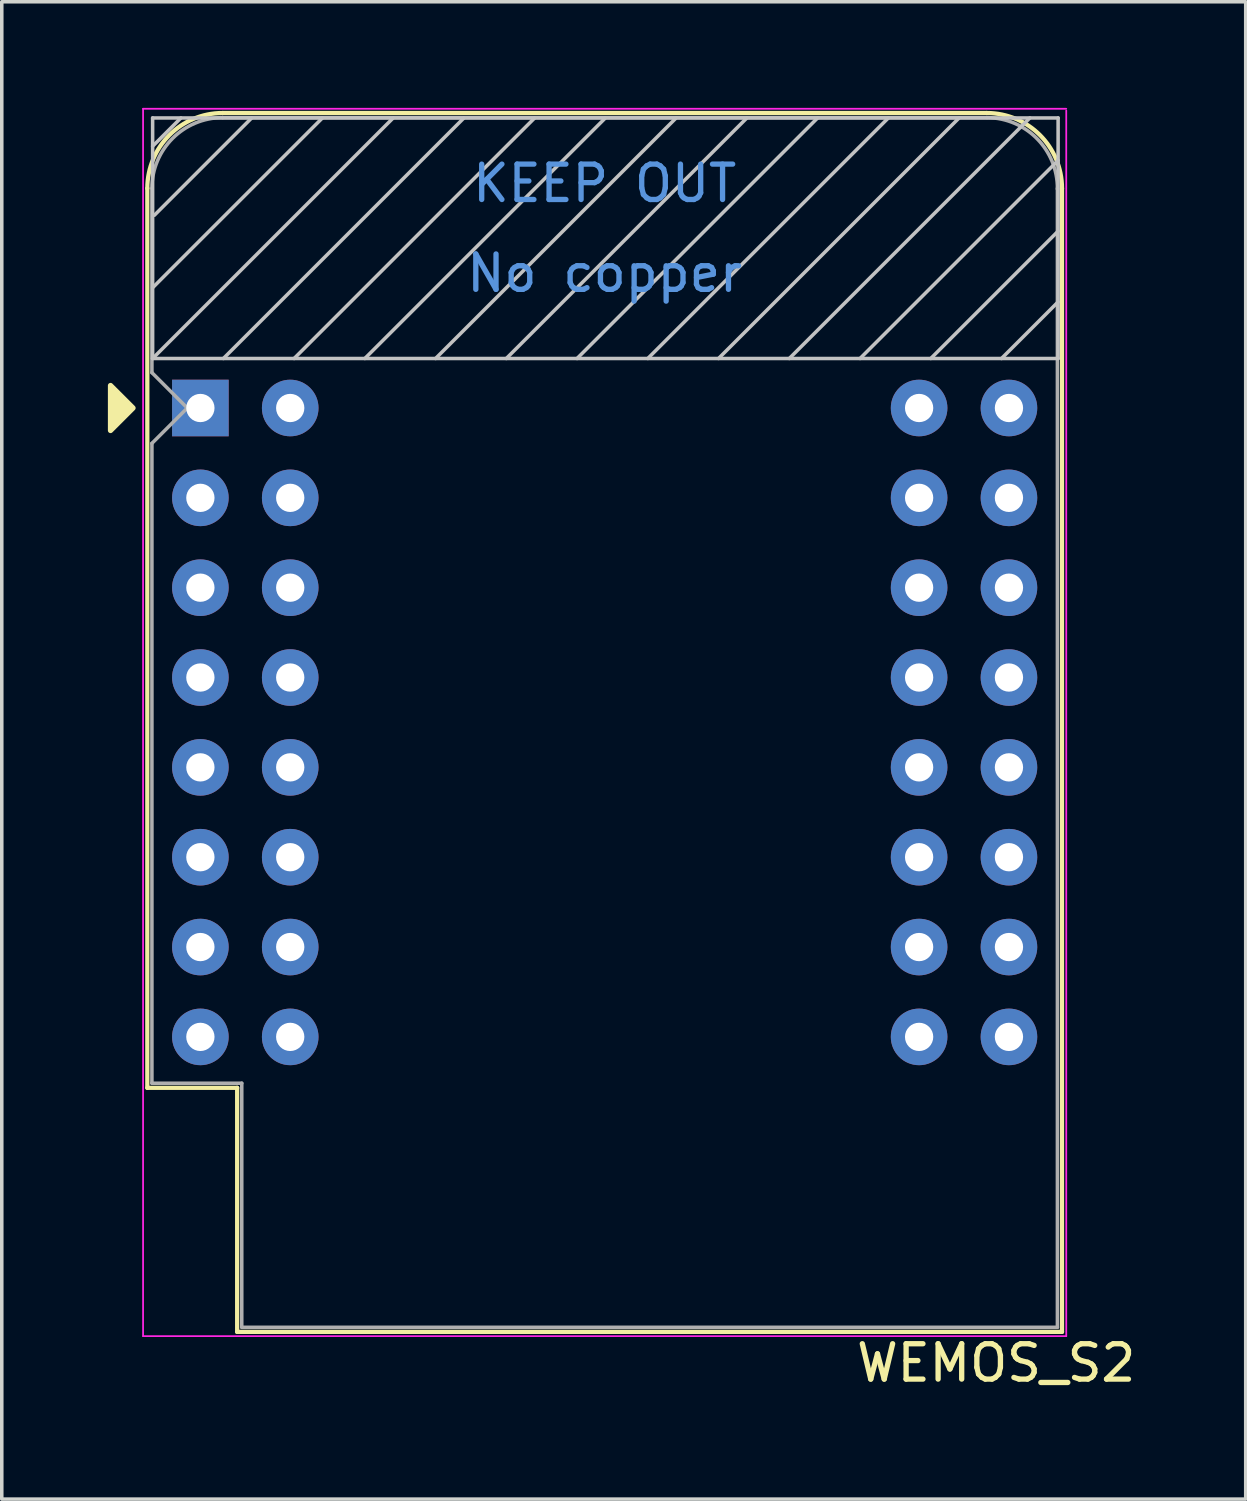
<source format=kicad_pcb>
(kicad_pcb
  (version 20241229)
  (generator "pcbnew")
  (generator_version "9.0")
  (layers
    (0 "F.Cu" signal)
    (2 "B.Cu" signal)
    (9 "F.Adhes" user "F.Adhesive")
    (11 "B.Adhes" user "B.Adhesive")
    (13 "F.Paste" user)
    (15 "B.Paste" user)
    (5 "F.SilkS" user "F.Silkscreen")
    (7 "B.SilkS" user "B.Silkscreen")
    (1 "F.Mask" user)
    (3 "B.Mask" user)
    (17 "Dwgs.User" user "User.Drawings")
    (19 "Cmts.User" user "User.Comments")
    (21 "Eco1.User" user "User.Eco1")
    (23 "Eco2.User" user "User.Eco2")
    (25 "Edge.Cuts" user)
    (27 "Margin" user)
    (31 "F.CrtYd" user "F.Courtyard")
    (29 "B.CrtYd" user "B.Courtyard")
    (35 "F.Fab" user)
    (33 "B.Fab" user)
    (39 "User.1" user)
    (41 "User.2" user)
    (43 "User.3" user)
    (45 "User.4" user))
  (footprint "WEMOS_S2"
    (layer "F.Cu")
    (at 2.615 8.485)
    (property "Reference" "WEMOS_S2" (at 22.5 27 0) (layer "F.SilkS") (effects (font (size 1 1) (thickness 0.15))))
    (attr through_hole)
    (fp_line (start -1.5 19.22) (end -1.5 -6.21) (stroke (width 0.12) (type solid)) (layer "F.SilkS"))
    (fp_line (start -1.5 19.22) (end 1.04 19.22) (stroke (width 0.12) (type solid)) (layer "F.SilkS"))
    (fp_line (start 1.04 19.22) (end 1.04 26.12) (stroke (width 0.12) (type solid)) (layer "F.SilkS"))
    (fp_line (start 1.04 26.12) (end 24.36 26.12) (stroke (width 0.12) (type solid)) (layer "F.SilkS"))
    (fp_line (start 22.24 -8.34) (end 0.63 -8.34) (stroke (width 0.12) (type solid)) (layer "F.SilkS"))
    (fp_line (start 24.36 26.12) (end 24.36 -6.21) (stroke (width 0.12) (type solid)) (layer "F.SilkS"))
    (fp_arc (start -1.5 -6.21) (mid -0.876137 -7.716137) (end 0.63 -8.34) (stroke (width 0.12) (type solid)) (layer "F.SilkS"))
    (fp_arc (start 22.23 -8.34) (mid 23.736137 -7.716137) (end 24.36 -6.21) (stroke (width 0.12) (type solid)) (layer "F.SilkS"))
    (fp_poly (pts (xy -2.54 -0.635) (xy -2.54 0.635) (xy -1.905 0)) (stroke (width 0.15) (type solid)) (fill yes) (layer "F.SilkS"))
    (fp_line (start -1.35 -8.2) (end -1.35 -1.4) (stroke (width 0.1) (type solid)) (layer "Dwgs.User"))
    (fp_line (start -1.35 -7.4) (end -0.55 -8.2) (stroke (width 0.1) (type solid)) (layer "Dwgs.User"))
    (fp_line (start -1.35 -3.4) (end 3.45 -8.2) (stroke (width 0.1) (type solid)) (layer "Dwgs.User"))
    (fp_line (start -1.35 -1.4) (end 5.45 -8.2) (stroke (width 0.1) (type solid)) (layer "Dwgs.User"))
    (fp_line (start -1.35 -1.4) (end 24.25 -1.4) (stroke (width 0.1) (type solid)) (layer "Dwgs.User"))
    (fp_line (start -1.3 -5.45) (end 1.45 -8.2) (stroke (width 0.1) (type solid)) (layer "Dwgs.User"))
    (fp_line (start 0.65 -1.4) (end 7.45 -8.2) (stroke (width 0.1) (type solid)) (layer "Dwgs.User"))
    (fp_line (start 2.65 -1.4) (end 9.45 -8.2) (stroke (width 0.1) (type solid)) (layer "Dwgs.User"))
    (fp_line (start 4.65 -1.4) (end 11.45 -8.2) (stroke (width 0.1) (type solid)) (layer "Dwgs.User"))
    (fp_line (start 6.65 -1.4) (end 13.45 -8.2) (stroke (width 0.1) (type solid)) (layer "Dwgs.User"))
    (fp_line (start 8.65 -1.4) (end 15.45 -8.2) (stroke (width 0.1) (type solid)) (layer "Dwgs.User"))
    (fp_line (start 10.65 -1.4) (end 17.45 -8.2) (stroke (width 0.1) (type solid)) (layer "Dwgs.User"))
    (fp_line (start 12.65 -1.4) (end 19.45 -8.2) (stroke (width 0.1) (type solid)) (layer "Dwgs.User"))
    (fp_line (start 14.65 -1.4) (end 21.45 -8.2) (stroke (width 0.1) (type solid)) (layer "Dwgs.User"))
    (fp_line (start 16.65 -1.4) (end 23.45 -8.2) (stroke (width 0.1) (type solid)) (layer "Dwgs.User"))
    (fp_line (start 18.65 -1.4) (end 24.25 -7) (stroke (width 0.1) (type solid)) (layer "Dwgs.User"))
    (fp_line (start 20.65 -1.4) (end 24.25 -5) (stroke (width 0.1) (type solid)) (layer "Dwgs.User"))
    (fp_line (start 22.65 -1.4) (end 24.25 -3) (stroke (width 0.1) (type solid)) (layer "Dwgs.User"))
    (fp_line (start 24.25 -8.2) (end -1.35 -8.2) (stroke (width 0.1) (type solid)) (layer "Dwgs.User"))
    (fp_line (start 24.25 -1.4) (end 24.25 -8.2) (stroke (width 0.1) (type solid)) (layer "Dwgs.User"))
    (fp_line (start -1.62 -8.46) (end 24.48 -8.46) (stroke (width 0.05) (type solid)) (layer "F.CrtYd"))
    (fp_line (start -1.62 26.24) (end -1.62 -8.46) (stroke (width 0.05) (type solid)) (layer "F.CrtYd"))
    (fp_line (start 24.48 -8.41) (end 24.48 26.24) (stroke (width 0.05) (type solid)) (layer "F.CrtYd"))
    (fp_line (start 24.48 26.24) (end -1.62 26.24) (stroke (width 0.05) (type solid)) (layer "F.CrtYd"))
    (fp_line (start -1.37 -6.21) (end -1.37 -1) (stroke (width 0.1) (type solid)) (layer "F.Fab"))
    (fp_line (start -1.37 1) (end -1.37 19.09) (stroke (width 0.1) (type solid)) (layer "F.Fab"))
    (fp_line (start -1.37 1) (end -0.37 0) (stroke (width 0.1) (type solid)) (layer "F.Fab"))
    (fp_line (start -1.37 19.09) (end 1.17 19.09) (stroke (width 0.1) (type solid)) (layer "F.Fab"))
    (fp_line (start -0.37 0) (end -1.37 -1) (stroke (width 0.1) (type solid)) (layer "F.Fab"))
    (fp_line (start 1.17 19.09) (end 1.17 25.99) (stroke (width 0.1) (type solid)) (layer "F.Fab"))
    (fp_line (start 1.17 25.99) (end 24.23 25.99) (stroke (width 0.1) (type solid)) (layer "F.Fab"))
    (fp_line (start 22.23 -8.21) (end 0.63 -8.21) (stroke (width 0.1) (type solid)) (layer "F.Fab"))
    (fp_line (start 24.23 25.99) (end 24.23 -6.21) (stroke (width 0.1) (type solid)) (layer "F.Fab"))
    (fp_arc (start -1.37 -6.21) (mid -0.784214 -7.624214) (end 0.63 -8.21) (stroke (width 0.1) (type solid)) (layer "F.Fab"))
    (fp_arc (start 22.25 -8.21) (mid 23.658356 -7.610071) (end 24.23 -6.19) (stroke (width 0.1) (type solid)) (layer "F.Fab"))
    (fp_text user "No copper" (at 11.43 -3.81 0) (layer "Cmts.User") (effects (font (size 1 1) (thickness 0.15))))
    (fp_text user "KEEP OUT" (at 11.43 -6.35 0) (layer "Cmts.User") (effects (font (size 1 1) (thickness 0.15))))
    (pad "1" thru_hole rect (at 0 0) (size 1.6 1.6) (drill 0.8) (layers "*.Cu" "*.Mask"))
    (pad "2" thru_hole circle (at 0 2.54) (size 1.6 1.6) (drill 0.8) (layers "*.Cu" "*.Mask"))
    (pad "3" thru_hole circle (at 0 5.08) (size 1.6 1.6) (drill 0.8) (layers "*.Cu" "*.Mask"))
    (pad "4" thru_hole circle (at 0 7.62) (size 1.6 1.6) (drill 0.8) (layers "*.Cu" "*.Mask"))
    (pad "5" thru_hole circle (at 0 10.16) (size 1.6 1.6) (drill 0.8) (layers "*.Cu" "*.Mask"))
    (pad "6" thru_hole circle (at 0 12.7) (size 1.6 1.6) (drill 0.8) (layers "*.Cu" "*.Mask"))
    (pad "7" thru_hole circle (at 0 15.24) (size 1.6 1.6) (drill 0.8) (layers "*.Cu" "*.Mask"))
    (pad "8" thru_hole circle (at 0 17.78) (size 1.6 1.6) (drill 0.8) (layers "*.Cu" "*.Mask"))
    (pad "9" thru_hole circle (at 2.54 17.78) (size 1.6 1.6) (drill 0.8) (layers "*.Cu" "*.Mask"))
    (pad "10" thru_hole circle (at 2.54 15.24) (size 1.6 1.6) (drill 0.8) (layers "*.Cu" "*.Mask"))
    (pad "11" thru_hole circle (at 2.54 12.7) (size 1.6 1.6) (drill 0.8) (layers "*.Cu" "*.Mask"))
    (pad "12" thru_hole circle (at 2.54 10.16) (size 1.6 1.6) (drill 0.8) (layers "*.Cu" "*.Mask"))
    (pad "13" thru_hole circle (at 2.54 7.62) (size 1.6 1.6) (drill 0.8) (layers "*.Cu" "*.Mask"))
    (pad "14" thru_hole circle (at 2.54 5.08) (size 1.6 1.6) (drill 0.8) (layers "*.Cu" "*.Mask"))
    (pad "15" thru_hole circle (at 2.54 2.54) (size 1.6 1.6) (drill 0.8) (layers "*.Cu" "*.Mask"))
    (pad "16" thru_hole circle (at 2.54 0) (size 1.6 1.6) (drill 0.8) (layers "*.Cu" "*.Mask"))
    (pad "17" thru_hole circle (at 20.32 0) (size 1.6 1.6) (drill 0.8) (layers "*.Cu" "*.Mask"))
    (pad "18" thru_hole circle (at 20.32 2.54) (size 1.6 1.6) (drill 0.8) (layers "*.Cu" "*.Mask"))
    (pad "19" thru_hole circle (at 20.32 5.08) (size 1.6 1.6) (drill 0.8) (layers "*.Cu" "*.Mask"))
    (pad "20" thru_hole circle (at 20.32 7.62) (size 1.6 1.6) (drill 0.8) (layers "*.Cu" "*.Mask"))
    (pad "21" thru_hole circle (at 20.32 10.16) (size 1.6 1.6) (drill 0.8) (layers "*.Cu" "*.Mask"))
    (pad "22" thru_hole circle (at 20.32 12.7) (size 1.6 1.6) (drill 0.8) (layers "*.Cu" "*.Mask"))
    (pad "23" thru_hole circle (at 20.32 15.24) (size 1.6 1.6) (drill 0.8) (layers "*.Cu" "*.Mask"))
    (pad "24" thru_hole circle (at 20.32 17.78) (size 1.6 1.6) (drill 0.8) (layers "*.Cu" "*.Mask"))
    (pad "25" thru_hole circle (at 22.86 17.78) (size 1.6 1.6) (drill 0.8) (layers "*.Cu" "*.Mask"))
    (pad "26" thru_hole circle (at 22.86 15.24) (size 1.6 1.6) (drill 0.8) (layers "*.Cu" "*.Mask"))
    (pad "27" thru_hole circle (at 22.86 12.7) (size 1.6 1.6) (drill 0.8) (layers "*.Cu" "*.Mask"))
    (pad "28" thru_hole circle (at 22.86 10.16) (size 1.6 1.6) (drill 0.8) (layers "*.Cu" "*.Mask"))
    (pad "29" thru_hole circle (at 22.86 7.62) (size 1.6 1.6) (drill 0.8) (layers "*.Cu" "*.Mask"))
    (pad "30" thru_hole circle (at 22.86 5.08) (size 1.6 1.6) (drill 0.8) (layers "*.Cu" "*.Mask"))
    (pad "31" thru_hole circle (at 22.86 2.54) (size 1.6 1.6) (drill 0.8) (layers "*.Cu" "*.Mask"))
    (pad "32" thru_hole circle (at 22.86 0) (size 1.6 1.6) (drill 0.8) (layers "*.Cu" "*.Mask")))
  (gr_rect
    (start -3 -3)
    (end 32.169 39.333)
    (stroke (width 0.1) (type default))
    (fill no)
    (layer "Edge.Cuts")))
</source>
